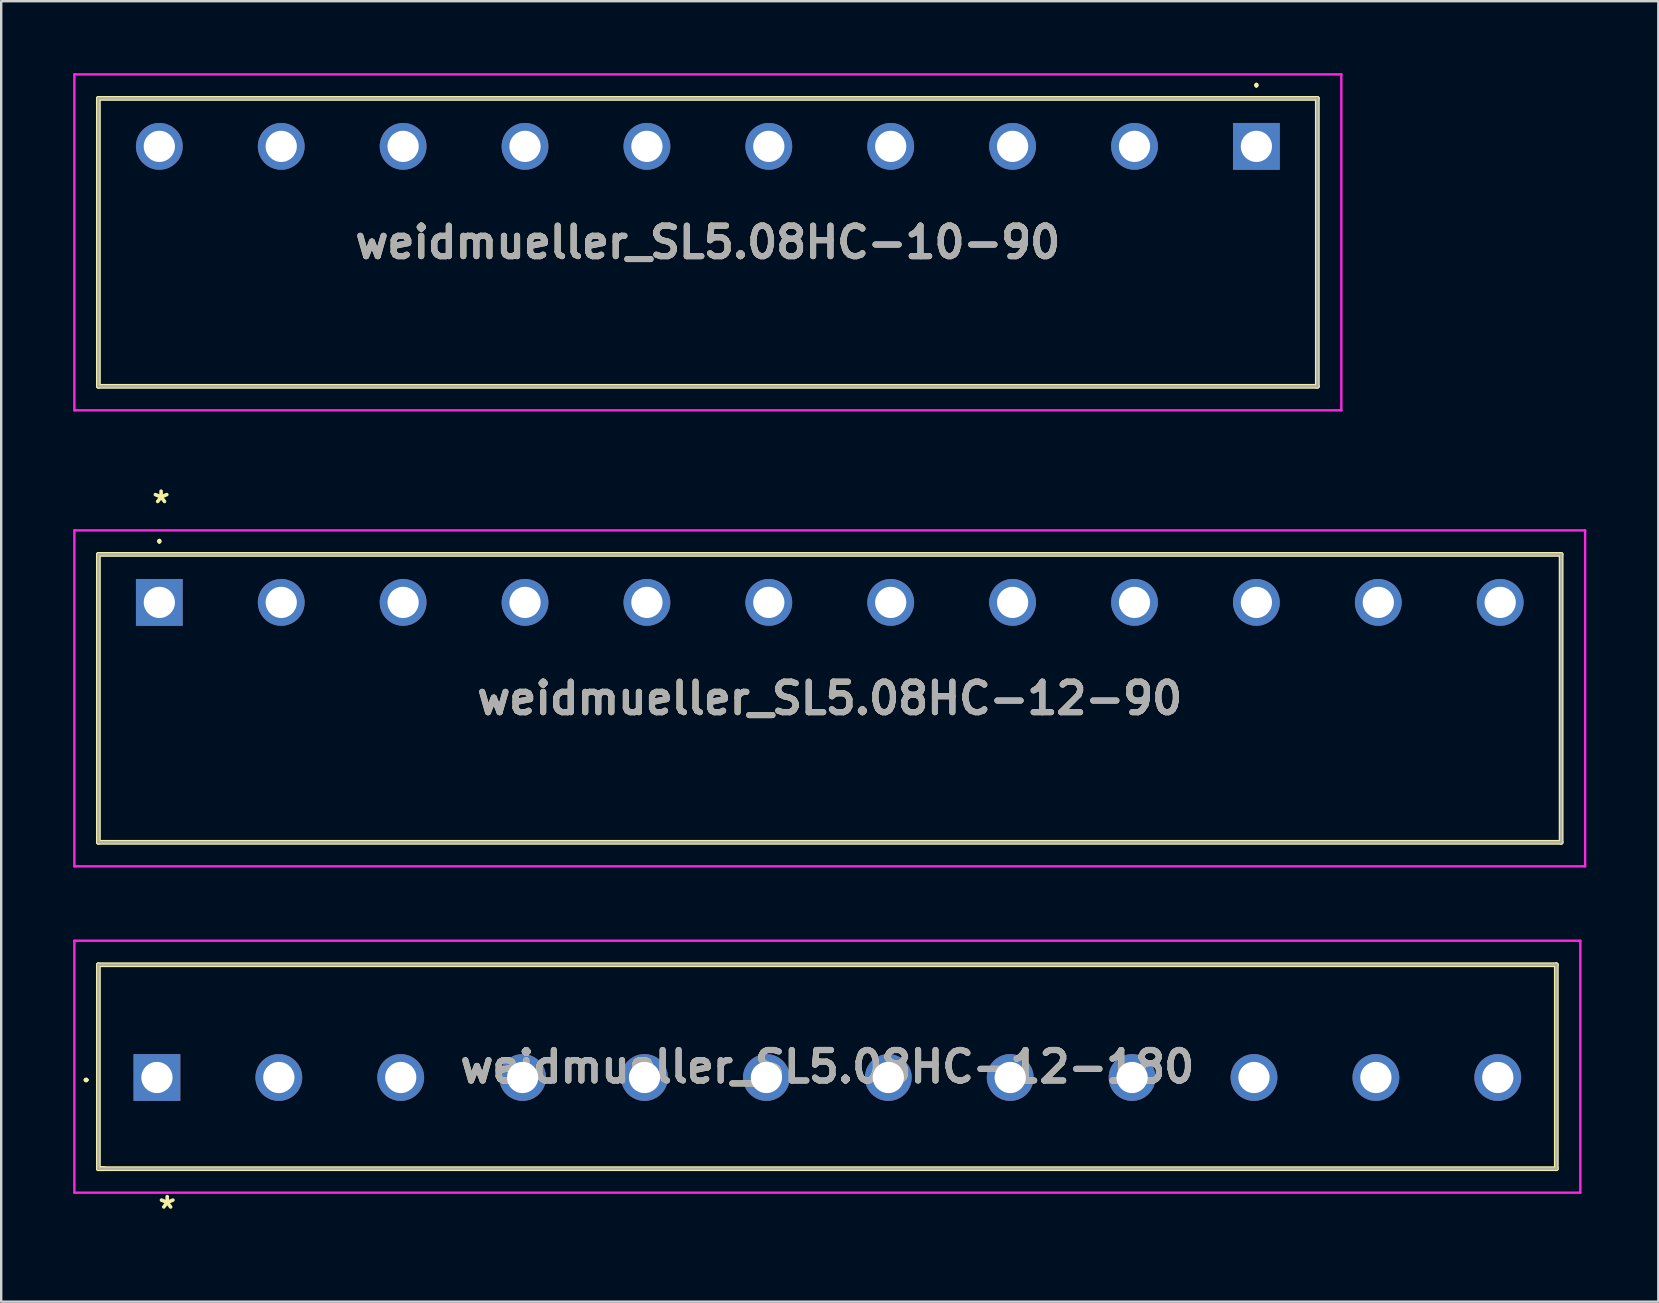
<source format=kicad_pcb>
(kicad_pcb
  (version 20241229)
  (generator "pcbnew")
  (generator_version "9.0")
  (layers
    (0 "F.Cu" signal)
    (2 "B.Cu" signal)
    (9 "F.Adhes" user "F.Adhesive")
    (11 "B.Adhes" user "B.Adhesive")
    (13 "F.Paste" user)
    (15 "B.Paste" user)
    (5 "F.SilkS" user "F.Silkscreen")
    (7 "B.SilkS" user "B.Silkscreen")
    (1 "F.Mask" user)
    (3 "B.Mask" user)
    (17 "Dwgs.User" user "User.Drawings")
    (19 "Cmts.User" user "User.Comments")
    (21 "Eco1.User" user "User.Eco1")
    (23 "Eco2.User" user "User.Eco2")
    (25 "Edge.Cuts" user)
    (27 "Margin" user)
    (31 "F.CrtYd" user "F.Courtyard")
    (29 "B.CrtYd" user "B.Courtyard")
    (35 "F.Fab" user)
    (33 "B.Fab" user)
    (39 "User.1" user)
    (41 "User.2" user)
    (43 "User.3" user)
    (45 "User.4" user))
  (footprint "weidmueller_SL5.08HC-12-90"
    (layer "F.Cu")
    (at 3.59 22.055)
    (property "Reference" "weidmueller_SL5.08HC-12-90" (at 27.94 4 0) (layer "F.SilkS") (effects (font (size 1.27 1.27) (thickness 0.254))))
    (attr through_hole)
    (fp_line (start -2.54 -2) (end -2.54 10) (stroke (width 0.2) (type solid)) (layer "F.SilkS"))
    (fp_line (start -2.54 10) (end 58.42 10) (stroke (width 0.2) (type solid)) (layer "F.SilkS"))
    (fp_line (start 0 -2.6) (end 0 -2.6) (stroke (width 0.1) (type solid)) (layer "F.SilkS"))
    (fp_line (start 0 -2.5) (end 0 -2.5) (stroke (width 0.1) (type solid)) (layer "F.SilkS"))
    (fp_line (start 58.42 -2) (end -2.54 -2) (stroke (width 0.2) (type solid)) (layer "F.SilkS"))
    (fp_line (start 58.42 10) (end 58.42 -2) (stroke (width 0.2) (type solid)) (layer "F.SilkS"))
    (fp_arc (start 0 -2.6) (mid 0.05 -2.55) (end 0 -2.5) (stroke (width 0.1) (type solid)) (layer "F.SilkS"))
    (fp_arc (start 0 -2.5) (mid -0.05 -2.55) (end 0 -2.6) (stroke (width 0.1) (type solid)) (layer "F.SilkS"))
    (fp_line (start -3.54 -3) (end 59.42 -3) (stroke (width 0.1) (type solid)) (layer "F.CrtYd"))
    (fp_line (start -3.54 11) (end -3.54 -3) (stroke (width 0.1) (type solid)) (layer "F.CrtYd"))
    (fp_line (start 59.42 -3) (end 59.42 11) (stroke (width 0.1) (type solid)) (layer "F.CrtYd"))
    (fp_line (start 59.42 11) (end -3.54 11) (stroke (width 0.1) (type solid)) (layer "F.CrtYd"))
    (fp_line (start -2.54 -2) (end -2.54 10) (stroke (width 0.1) (type solid)) (layer "F.Fab"))
    (fp_line (start -2.54 10) (end 58.42 10) (stroke (width 0.1) (type solid)) (layer "F.Fab"))
    (fp_line (start 58.42 -2) (end -2.54 -2) (stroke (width 0.1) (type solid)) (layer "F.Fab"))
    (fp_line (start 58.42 10) (end 58.42 -2) (stroke (width 0.1) (type solid)) (layer "F.Fab"))
    (fp_text user "*" (at -0.406 -3.505 0) (unlocked yes) (layer "F.SilkS") (effects (font (size 1 1) (thickness 0.15)) (justify left bottom)))
    (fp_text user "${REFERENCE}" (at 27.94 4 0) (layer "F.Fab") (effects (font (size 1.27 1.27) (thickness 0.254))))
    (pad "1" thru_hole rect (at 0 0) (size 1.95 1.95) (drill 1.3) (layers "*.Cu" "*.Mask"))
    (pad "2" thru_hole circle (at 5.08 0) (size 1.95 1.95) (drill 1.3) (layers "*.Cu" "*.Mask"))
    (pad "3" thru_hole circle (at 10.16 0) (size 1.95 1.95) (drill 1.3) (layers "*.Cu" "*.Mask"))
    (pad "4" thru_hole circle (at 15.24 0) (size 1.95 1.95) (drill 1.3) (layers "*.Cu" "*.Mask"))
    (pad "5" thru_hole circle (at 20.32 0) (size 1.95 1.95) (drill 1.3) (layers "*.Cu" "*.Mask"))
    (pad "6" thru_hole circle (at 25.4 0) (size 1.95 1.95) (drill 1.3) (layers "*.Cu" "*.Mask"))
    (pad "7" thru_hole circle (at 30.48 0) (size 1.95 1.95) (drill 1.3) (layers "*.Cu" "*.Mask"))
    (pad "8" thru_hole circle (at 35.56 0) (size 1.95 1.95) (drill 1.3) (layers "*.Cu" "*.Mask"))
    (pad "9" thru_hole circle (at 40.64 0) (size 1.95 1.95) (drill 1.3) (layers "*.Cu" "*.Mask"))
    (pad "10" thru_hole circle (at 45.72 0) (size 1.95 1.95) (drill 1.3) (layers "*.Cu" "*.Mask"))
    (pad "11" thru_hole circle (at 50.8 0) (size 1.95 1.95) (drill 1.3) (layers "*.Cu" "*.Mask"))
    (pad "12" thru_hole circle (at 55.88 0) (size 1.95 1.95) (drill 1.3) (layers "*.Cu" "*.Mask")))
  (footprint "weidmueller_SL5.08HC-10-90"
    (layer "F.Cu")
    (at 49.31 3.05)
    (property "Reference" "weidmueller_SL5.08HC-10-90" (at -22.86 4 0) (layer "F.SilkS") (effects (font (size 1.27 1.27) (thickness 0.254))))
    (attr through_hole exclude_from_bom)
    (fp_line (start -48.26 -2) (end -48.26 10) (stroke (width 0.2) (type solid)) (layer "F.SilkS"))
    (fp_line (start -48.26 10) (end 2.54 10) (stroke (width 0.2) (type solid)) (layer "F.SilkS"))
    (fp_line (start 0 -2.6) (end 0 -2.6) (stroke (width 0.1) (type solid)) (layer "F.SilkS"))
    (fp_line (start 0 -2.5) (end 0 -2.5) (stroke (width 0.1) (type solid)) (layer "F.SilkS"))
    (fp_line (start 2.54 -2) (end -48.26 -2) (stroke (width 0.2) (type solid)) (layer "F.SilkS"))
    (fp_line (start 2.54 10) (end 2.54 -2) (stroke (width 0.2) (type solid)) (layer "F.SilkS"))
    (fp_arc (start 0 -2.6) (mid 0.05 -2.55) (end 0 -2.5) (stroke (width 0.1) (type solid)) (layer "F.SilkS"))
    (fp_arc (start 0 -2.5) (mid -0.05 -2.55) (end 0 -2.6) (stroke (width 0.1) (type solid)) (layer "F.SilkS"))
    (fp_line (start -49.26 -3) (end -49.26 11) (stroke (width 0.1) (type solid)) (layer "F.CrtYd"))
    (fp_line (start -49.26 11) (end 3.54 11) (stroke (width 0.1) (type solid)) (layer "F.CrtYd"))
    (fp_line (start 3.54 -3) (end -49.26 -3) (stroke (width 0.1) (type solid)) (layer "F.CrtYd"))
    (fp_line (start 3.54 11) (end 3.54 -3) (stroke (width 0.1) (type solid)) (layer "F.CrtYd"))
    (fp_line (start -48.26 -2) (end -48.26 10) (stroke (width 0.1) (type solid)) (layer "F.Fab"))
    (fp_line (start -48.26 10) (end 2.54 10) (stroke (width 0.1) (type solid)) (layer "F.Fab"))
    (fp_line (start 2.54 -2) (end -48.26 -2) (stroke (width 0.1) (type solid)) (layer "F.Fab"))
    (fp_line (start 2.54 10) (end 2.54 -2) (stroke (width 0.1) (type solid)) (layer "F.Fab"))
    (fp_text user "${REFERENCE}" (at -22.86 4 0) (layer "F.Fab") (effects (font (size 1.27 1.27) (thickness 0.254))))
    (pad "1" thru_hole rect (at 0 0) (size 1.95 1.95) (drill 1.3) (layers "*.Cu" "*.Mask"))
    (pad "2" thru_hole circle (at -5.08 0) (size 1.95 1.95) (drill 1.3) (layers "*.Cu" "*.Mask"))
    (pad "3" thru_hole circle (at -10.16 0) (size 1.95 1.95) (drill 1.3) (layers "*.Cu" "*.Mask"))
    (pad "4" thru_hole circle (at -15.24 0) (size 1.95 1.95) (drill 1.3) (layers "*.Cu" "*.Mask"))
    (pad "5" thru_hole circle (at -20.32 0) (size 1.95 1.95) (drill 1.3) (layers "*.Cu" "*.Mask"))
    (pad "6" thru_hole circle (at -25.4 0) (size 1.95 1.95) (drill 1.3) (layers "*.Cu" "*.Mask"))
    (pad "7" thru_hole circle (at -30.48 0) (size 1.95 1.95) (drill 1.3) (layers "*.Cu" "*.Mask"))
    (pad "8" thru_hole circle (at -35.56 0) (size 1.95 1.95) (drill 1.3) (layers "*.Cu" "*.Mask"))
    (pad "9" thru_hole circle (at -40.64 0) (size 1.95 1.95) (drill 1.3) (layers "*.Cu" "*.Mask"))
    (pad "10" thru_hole circle (at -45.72 0) (size 1.95 1.95) (drill 1.3) (layers "*.Cu" "*.Mask")))
  (footprint "weidmueller_SL5.08HC-12-180"
    (layer "F.Cu")
    (at 3.49 41.855)
    (property "Reference" "weidmueller_SL5.08HC-12-180" (at 27.94 -0.45 0) (layer "F.SilkS") (effects (font (size 1.27 1.27) (thickness 0.254))))
    (attr through_hole)
    (fp_line (start -3 0.1) (end -3 0.1) (stroke (width 0.1) (type solid)) (layer "F.SilkS"))
    (fp_line (start -3 0.1) (end -3 0.1) (stroke (width 0.1) (type solid)) (layer "F.SilkS"))
    (fp_line (start -2.9 0.1) (end -2.9 0.1) (stroke (width 0.1) (type solid)) (layer "F.SilkS"))
    (fp_line (start -2.44 -4.7) (end 58.32 -4.7) (stroke (width 0.2) (type solid)) (layer "F.SilkS"))
    (fp_line (start -2.44 3.8) (end -2.44 -4.7) (stroke (width 0.2) (type solid)) (layer "F.SilkS"))
    (fp_line (start -2.44 3.8) (end -2.2 3.8) (stroke (width 0.2) (type solid)) (layer "F.SilkS"))
    (fp_line (start 58.32 -4.7) (end 58.32 3.8) (stroke (width 0.2) (type solid)) (layer "F.SilkS"))
    (fp_line (start 58.32 3.8) (end -2.44 3.8) (stroke (width 0.2) (type solid)) (layer "F.SilkS"))
    (fp_arc (start -3 0.1) (mid -2.95 0.05) (end -2.9 0.1) (stroke (width 0.1) (type solid)) (layer "F.SilkS"))
    (fp_arc (start -2.9 0.1) (mid -2.95 0.15) (end -3 0.1) (stroke (width 0.1) (type solid)) (layer "F.SilkS"))
    (fp_arc (start -2.9 0.1) (mid -2.95 0.15) (end -3 0.1) (stroke (width 0.1) (type solid)) (layer "F.SilkS"))
    (fp_line (start -3.44 -5.7) (end 59.32 -5.7) (stroke (width 0.1) (type solid)) (layer "F.CrtYd"))
    (fp_line (start -3.44 4.8) (end -3.44 -5.7) (stroke (width 0.1) (type solid)) (layer "F.CrtYd"))
    (fp_line (start 59.32 -5.7) (end 59.32 4.8) (stroke (width 0.1) (type solid)) (layer "F.CrtYd"))
    (fp_line (start 59.32 4.8) (end -3.44 4.8) (stroke (width 0.1) (type solid)) (layer "F.CrtYd"))
    (fp_line (start -2.44 -4.7) (end -2.44 3.8) (stroke (width 0.1) (type solid)) (layer "F.Fab"))
    (fp_line (start -2.44 3.8) (end 58.32 3.8) (stroke (width 0.1) (type solid)) (layer "F.Fab"))
    (fp_line (start 58.32 -4.7) (end -2.44 -4.7) (stroke (width 0.1) (type solid)) (layer "F.Fab"))
    (fp_line (start 58.32 3.8) (end 58.32 -4.7) (stroke (width 0.1) (type solid)) (layer "F.Fab"))
    (fp_text user "*" (at -0.051 6.096 0) (unlocked yes) (layer "F.SilkS") (effects (font (size 1 1) (thickness 0.15)) (justify left bottom)))
    (fp_text user "${REFERENCE}" (at 27.94 -0.45 0) (layer "F.Fab") (effects (font (size 1.27 1.27) (thickness 0.254))))
    (pad "1" thru_hole rect (at 0 0) (size 1.95 1.95) (drill 1.3) (layers "*.Cu" "*.Mask"))
    (pad "2" thru_hole circle (at 5.08 0) (size 1.95 1.95) (drill 1.3) (layers "*.Cu" "*.Mask"))
    (pad "3" thru_hole circle (at 10.16 0) (size 1.95 1.95) (drill 1.3) (layers "*.Cu" "*.Mask"))
    (pad "4" thru_hole circle (at 15.24 0) (size 1.95 1.95) (drill 1.3) (layers "*.Cu" "*.Mask"))
    (pad "5" thru_hole circle (at 20.32 0) (size 1.95 1.95) (drill 1.3) (layers "*.Cu" "*.Mask"))
    (pad "6" thru_hole circle (at 25.4 0) (size 1.95 1.95) (drill 1.3) (layers "*.Cu" "*.Mask"))
    (pad "7" thru_hole circle (at 30.48 0) (size 1.95 1.95) (drill 1.3) (layers "*.Cu" "*.Mask"))
    (pad "8" thru_hole circle (at 35.56 0) (size 1.95 1.95) (drill 1.3) (layers "*.Cu" "*.Mask"))
    (pad "9" thru_hole circle (at 40.64 0) (size 1.95 1.95) (drill 1.3) (layers "*.Cu" "*.Mask"))
    (pad "10" thru_hole circle (at 45.72 0) (size 1.95 1.95) (drill 1.3) (layers "*.Cu" "*.Mask"))
    (pad "11" thru_hole circle (at 50.8 0) (size 1.95 1.95) (drill 1.3) (layers "*.Cu" "*.Mask"))
    (pad "12" thru_hole circle (at 55.88 0) (size 1.95 1.95) (drill 1.3) (layers "*.Cu" "*.Mask")))
  (gr_rect
    (start -3 -3)
    (end 66.06 51.198)
    (stroke (width 0.1) (type default))
    (fill no)
    (layer "Edge.Cuts")))
</source>
